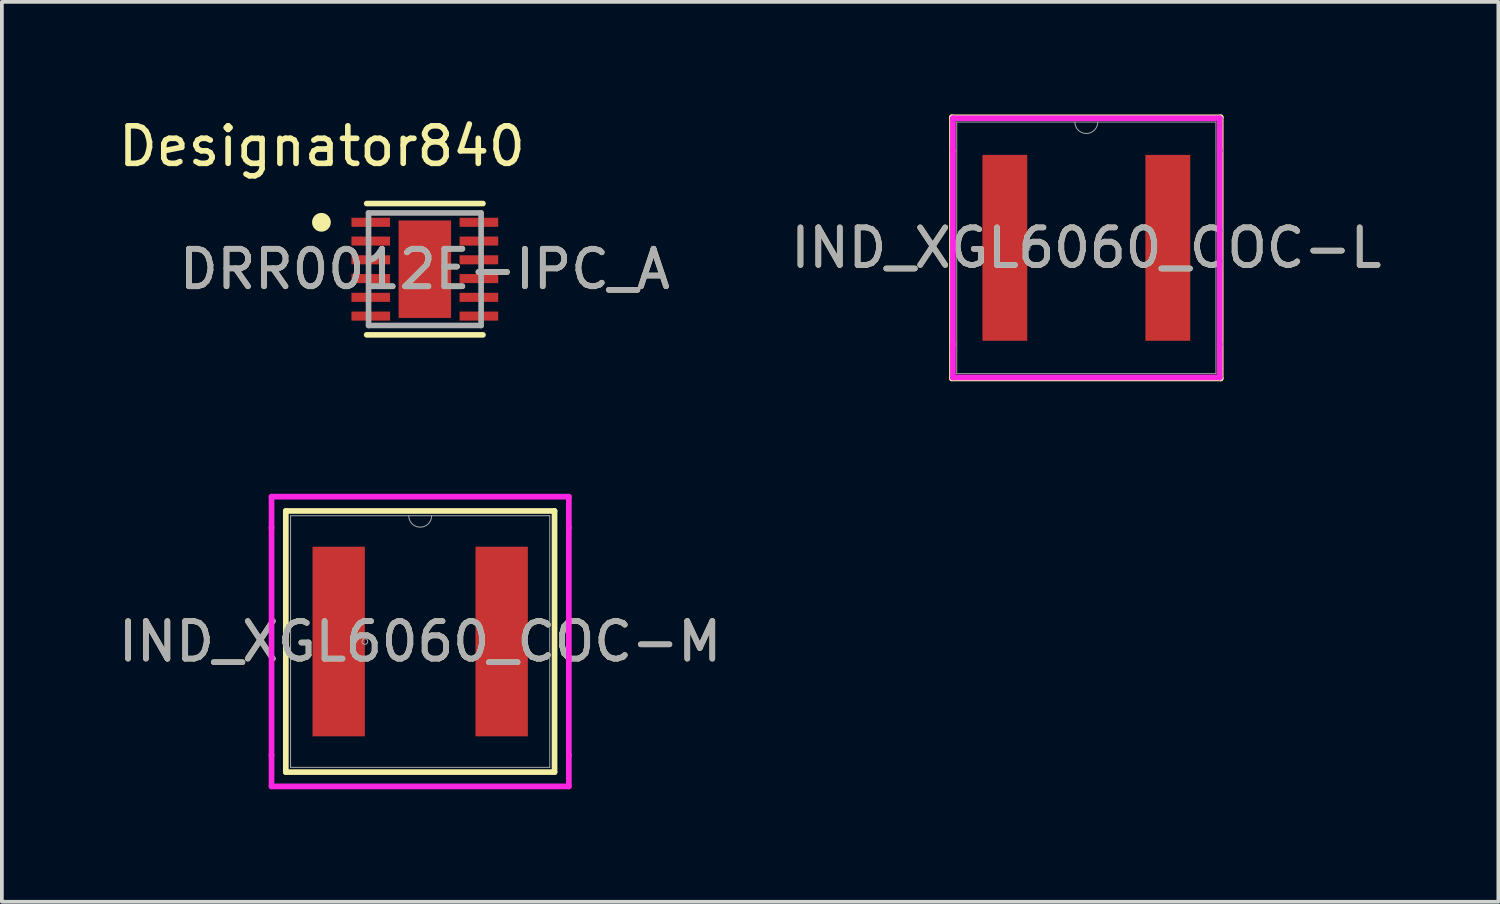
<source format=kicad_pcb>
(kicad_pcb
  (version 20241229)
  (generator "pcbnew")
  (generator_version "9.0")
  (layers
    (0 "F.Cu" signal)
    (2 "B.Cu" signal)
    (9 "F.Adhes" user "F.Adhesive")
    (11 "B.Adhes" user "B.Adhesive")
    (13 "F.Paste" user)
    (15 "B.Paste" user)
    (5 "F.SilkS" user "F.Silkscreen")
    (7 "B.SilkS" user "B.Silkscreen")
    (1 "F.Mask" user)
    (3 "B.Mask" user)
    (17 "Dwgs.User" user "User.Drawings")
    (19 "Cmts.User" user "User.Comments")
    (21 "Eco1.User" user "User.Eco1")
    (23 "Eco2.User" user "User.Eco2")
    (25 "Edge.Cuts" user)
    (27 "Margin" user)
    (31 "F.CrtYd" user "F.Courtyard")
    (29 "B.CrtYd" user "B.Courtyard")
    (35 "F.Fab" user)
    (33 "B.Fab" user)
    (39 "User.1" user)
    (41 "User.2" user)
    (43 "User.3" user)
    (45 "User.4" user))
  (footprint "IND_XGL6060_COC-L"
    (layer "F.Cu")
    (at 25.904 3.556)
    (property "Reference" "IND_XGL6060_COC-L" (at 0 0 0) (unlocked yes) (layer "F.SilkS") (effects (font (size 1 1) (thickness 0.15))))
    (attr smd)
    (fp_line (start -3.581 -3.48) (end -3.581 3.48) (stroke (width 0.152) (type solid)) (layer "F.SilkS"))
    (fp_line (start -3.581 3.48) (end 3.581 3.48) (stroke (width 0.152) (type solid)) (layer "F.SilkS"))
    (fp_line (start 3.581 -3.48) (end -3.581 -3.48) (stroke (width 0.152) (type solid)) (layer "F.SilkS"))
    (fp_line (start 3.581 3.48) (end 3.581 -3.48) (stroke (width 0.152) (type solid)) (layer "F.SilkS"))
    (fp_line (start -3.556 -3.454) (end 3.556 -3.454) (stroke (width 0.152) (type solid)) (layer "F.CrtYd"))
    (fp_line (start -3.556 -2.579) (end -3.556 -3.454) (stroke (width 0.152) (type solid)) (layer "F.CrtYd"))
    (fp_line (start -3.556 -2.579) (end -3.556 -2.579) (stroke (width 0.152) (type solid)) (layer "F.CrtYd"))
    (fp_line (start -3.556 2.579) (end -3.556 -2.579) (stroke (width 0.152) (type solid)) (layer "F.CrtYd"))
    (fp_line (start -3.556 2.579) (end -3.556 2.579) (stroke (width 0.152) (type solid)) (layer "F.CrtYd"))
    (fp_line (start -3.556 3.454) (end -3.556 2.579) (stroke (width 0.152) (type solid)) (layer "F.CrtYd"))
    (fp_line (start 3.556 -3.454) (end 3.556 -2.579) (stroke (width 0.152) (type solid)) (layer "F.CrtYd"))
    (fp_line (start 3.556 -2.579) (end 3.556 -2.579) (stroke (width 0.152) (type solid)) (layer "F.CrtYd"))
    (fp_line (start 3.556 -2.579) (end 3.556 2.579) (stroke (width 0.152) (type solid)) (layer "F.CrtYd"))
    (fp_line (start 3.556 2.579) (end 3.556 2.579) (stroke (width 0.152) (type solid)) (layer "F.CrtYd"))
    (fp_line (start 3.556 2.579) (end 3.556 3.454) (stroke (width 0.152) (type solid)) (layer "F.CrtYd"))
    (fp_line (start 3.556 3.454) (end -3.556 3.454) (stroke (width 0.152) (type solid)) (layer "F.CrtYd"))
    (fp_line (start -3.454 -3.353) (end -3.454 3.353) (stroke (width 0.025) (type solid)) (layer "F.Fab"))
    (fp_line (start -3.454 3.353) (end 3.454 3.353) (stroke (width 0.025) (type solid)) (layer "F.Fab"))
    (fp_line (start 3.454 -3.353) (end -3.454 -3.353) (stroke (width 0.025) (type solid)) (layer "F.Fab"))
    (fp_line (start 3.454 3.353) (end 3.454 -3.353) (stroke (width 0.025) (type solid)) (layer "F.Fab"))
    (fp_arc (start 0.3048 -3.3528) (mid 0 -3.048) (end -0.3048 -3.3528) (stroke (width 0.0254) (type solid)) (layer "F.Fab"))
    (fp_circle (center -1.574 0) (end -1.498 0) (stroke (width 0.025) (type solid)) (fill no) (layer "F.Fab"))
    (fp_text user "${REFERENCE}" (at 0 0 0) (unlocked yes) (layer "F.Fab") (effects (font (size 1 1) (thickness 0.15))))
    (pad "1" smd rect (at -2.172 0) (size 1.195 4.954) (layers "F.Cu" "F.Mask" "F.Paste"))
    (pad "2" smd rect (at 2.172 0) (size 1.195 4.954) (layers "F.Cu" "F.Mask" "F.Paste")))
  (footprint "IND_XGL6060_COC-M"
    (layer "F.Cu")
    (at 8.149 14.049)
    (property "Reference" "IND_XGL6060_COC-M" (at 0 0 0) (unlocked yes) (layer "F.SilkS") (effects (font (size 1 1) (thickness 0.15))))
    (attr smd)
    (fp_line (start -3.581 -3.48) (end -3.581 3.48) (stroke (width 0.152) (type solid)) (layer "F.SilkS"))
    (fp_line (start -3.581 3.48) (end 3.581 3.48) (stroke (width 0.152) (type solid)) (layer "F.SilkS"))
    (fp_line (start 3.581 -3.48) (end -3.581 -3.48) (stroke (width 0.152) (type solid)) (layer "F.SilkS"))
    (fp_line (start 3.581 3.48) (end 3.581 -3.48) (stroke (width 0.152) (type solid)) (layer "F.SilkS"))
    (fp_line (start -3.962 -3.861) (end 3.962 -3.861) (stroke (width 0.152) (type solid)) (layer "F.CrtYd"))
    (fp_line (start -3.962 -3.035) (end -3.962 -3.861) (stroke (width 0.152) (type solid)) (layer "F.CrtYd"))
    (fp_line (start -3.962 -3.035) (end -3.962 -3.035) (stroke (width 0.152) (type solid)) (layer "F.CrtYd"))
    (fp_line (start -3.962 3.035) (end -3.962 -3.035) (stroke (width 0.152) (type solid)) (layer "F.CrtYd"))
    (fp_line (start -3.962 3.035) (end -3.962 3.035) (stroke (width 0.152) (type solid)) (layer "F.CrtYd"))
    (fp_line (start -3.962 3.861) (end -3.962 3.035) (stroke (width 0.152) (type solid)) (layer "F.CrtYd"))
    (fp_line (start 3.962 -3.861) (end 3.962 -3.035) (stroke (width 0.152) (type solid)) (layer "F.CrtYd"))
    (fp_line (start 3.962 -3.035) (end 3.962 -3.035) (stroke (width 0.152) (type solid)) (layer "F.CrtYd"))
    (fp_line (start 3.962 -3.035) (end 3.962 3.035) (stroke (width 0.152) (type solid)) (layer "F.CrtYd"))
    (fp_line (start 3.962 3.035) (end 3.962 3.035) (stroke (width 0.152) (type solid)) (layer "F.CrtYd"))
    (fp_line (start 3.962 3.035) (end 3.962 3.861) (stroke (width 0.152) (type solid)) (layer "F.CrtYd"))
    (fp_line (start 3.962 3.861) (end -3.962 3.861) (stroke (width 0.152) (type solid)) (layer "F.CrtYd"))
    (fp_line (start -3.454 -3.353) (end -3.454 3.353) (stroke (width 0.025) (type solid)) (layer "F.Fab"))
    (fp_line (start -3.454 3.353) (end 3.454 3.353) (stroke (width 0.025) (type solid)) (layer "F.Fab"))
    (fp_line (start 3.454 -3.353) (end -3.454 -3.353) (stroke (width 0.025) (type solid)) (layer "F.Fab"))
    (fp_line (start 3.454 3.353) (end 3.454 -3.353) (stroke (width 0.025) (type solid)) (layer "F.Fab"))
    (fp_arc (start 0.3048 -3.3528) (mid 0 -3.048) (end -0.3048 -3.3528) (stroke (width 0.0254) (type solid)) (layer "F.Fab"))
    (fp_circle (center -1.474 0) (end -1.398 0) (stroke (width 0.025) (type solid)) (fill no) (layer "F.Fab"))
    (fp_text user "${REFERENCE}" (at 0 0 0) (unlocked yes) (layer "F.Fab") (effects (font (size 1 1) (thickness 0.15))))
    (pad "1" smd rect (at -2.172 0) (size 1.395 5.054) (layers "F.Cu" "F.Mask" "F.Paste"))
    (pad "2" smd rect (at 2.172 0) (size 1.395 5.054) (layers "F.Cu" "F.Mask" "F.Paste")))
  (footprint "DRR0012E-IPC_A"
    (layer "F.Cu")
    (at 8.273 4.125)
    (property "Reference" "DRR0012E-IPC_A" (at 0 0 0) (unlocked yes) (layer "F.SilkS") (effects (font (size 1 1) (thickness 0.15))))
    (attr smd)
    (fp_line (start -1.55 -1.75) (end 1.55 -1.75) (stroke (width 0.15) (type solid)) (layer "F.SilkS"))
    (fp_line (start -1.55 1.75) (end 1.55 1.75) (stroke (width 0.15) (type solid)) (layer "F.SilkS"))
    (fp_circle (center -2.756 -1.25) (end -2.631 -1.25) (stroke (width 0.25) (type solid)) (fill no) (layer "F.SilkS"))
    (fp_poly (pts (xy -0.374 0.974) (xy 0.374 0.974) (xy 0.374 -0.974) (xy -0.374 -0.974)) (stroke (width 0) (type solid)) (fill yes) (layer "F.Paste"))
    (fp_line (start -1.5 -1.5) (end 1.5 -1.5) (stroke (width 0.15) (type solid)) (layer "F.Fab"))
    (fp_line (start -1.5 1.5) (end -1.5 -1.5) (stroke (width 0.15) (type solid)) (layer "F.Fab"))
    (fp_line (start -1.5 1.5) (end 1.5 1.5) (stroke (width 0.15) (type solid)) (layer "F.Fab"))
    (fp_line (start 1.5 1.5) (end 1.5 -1.5) (stroke (width 0.15) (type solid)) (layer "F.Fab"))
    (fp_text user "Designator840" (at -2.743 -3.277 0) (unlocked yes) (layer "F.SilkS") (effects (font (size 1 1) (thickness 0.15))))
    (fp_text user "${REFERENCE}" (at 0 0 0) (unlocked yes) (layer "F.Fab") (effects (font (size 1 1) (thickness 0.15))))
    (pad "1" smd rect (at -1.441 -1.25) (size 1.03 0.242) (layers "F.Cu" "F.Mask" "F.Paste"))
    (pad "2" smd rect (at -1.441 -0.75) (size 1.03 0.242) (layers "F.Cu" "F.Mask" "F.Paste"))
    (pad "3" smd rect (at -1.441 -0.25) (size 1.03 0.242) (layers "F.Cu" "F.Mask" "F.Paste"))
    (pad "4" smd rect (at -1.441 0.25) (size 1.03 0.242) (layers "F.Cu" "F.Mask" "F.Paste"))
    (pad "5" smd rect (at -1.441 0.75) (size 1.03 0.242) (layers "F.Cu" "F.Mask" "F.Paste"))
    (pad "6" smd rect (at -1.441 1.25) (size 1.03 0.242) (layers "F.Cu" "F.Mask" "F.Paste"))
    (pad "7" smd rect (at 1.441 1.25) (size 1.03 0.242) (layers "F.Cu" "F.Mask" "F.Paste"))
    (pad "8" smd rect (at 1.441 0.75) (size 1.03 0.242) (layers "F.Cu" "F.Mask" "F.Paste"))
    (pad "9" smd rect (at 1.441 0.25) (size 1.03 0.242) (layers "F.Cu" "F.Mask" "F.Paste"))
    (pad "10" smd rect (at 1.441 -0.25) (size 1.03 0.242) (layers "F.Cu" "F.Mask" "F.Paste"))
    (pad "11" smd rect (at 1.441 -0.75) (size 1.03 0.242) (layers "F.Cu" "F.Mask" "F.Paste"))
    (pad "12" smd rect (at 1.441 -1.25) (size 1.03 0.242) (layers "F.Cu" "F.Mask" "F.Paste"))
    (pad "13" smd rect (at 0 0) (size 1.4 2.6) (layers "F.Cu" "F.Mask")))
  (gr_rect
    (start -3 -3)
    (end 36.886 20.986)
    (stroke (width 0.1) (type default))
    (fill no)
    (layer "Edge.Cuts")))
</source>
